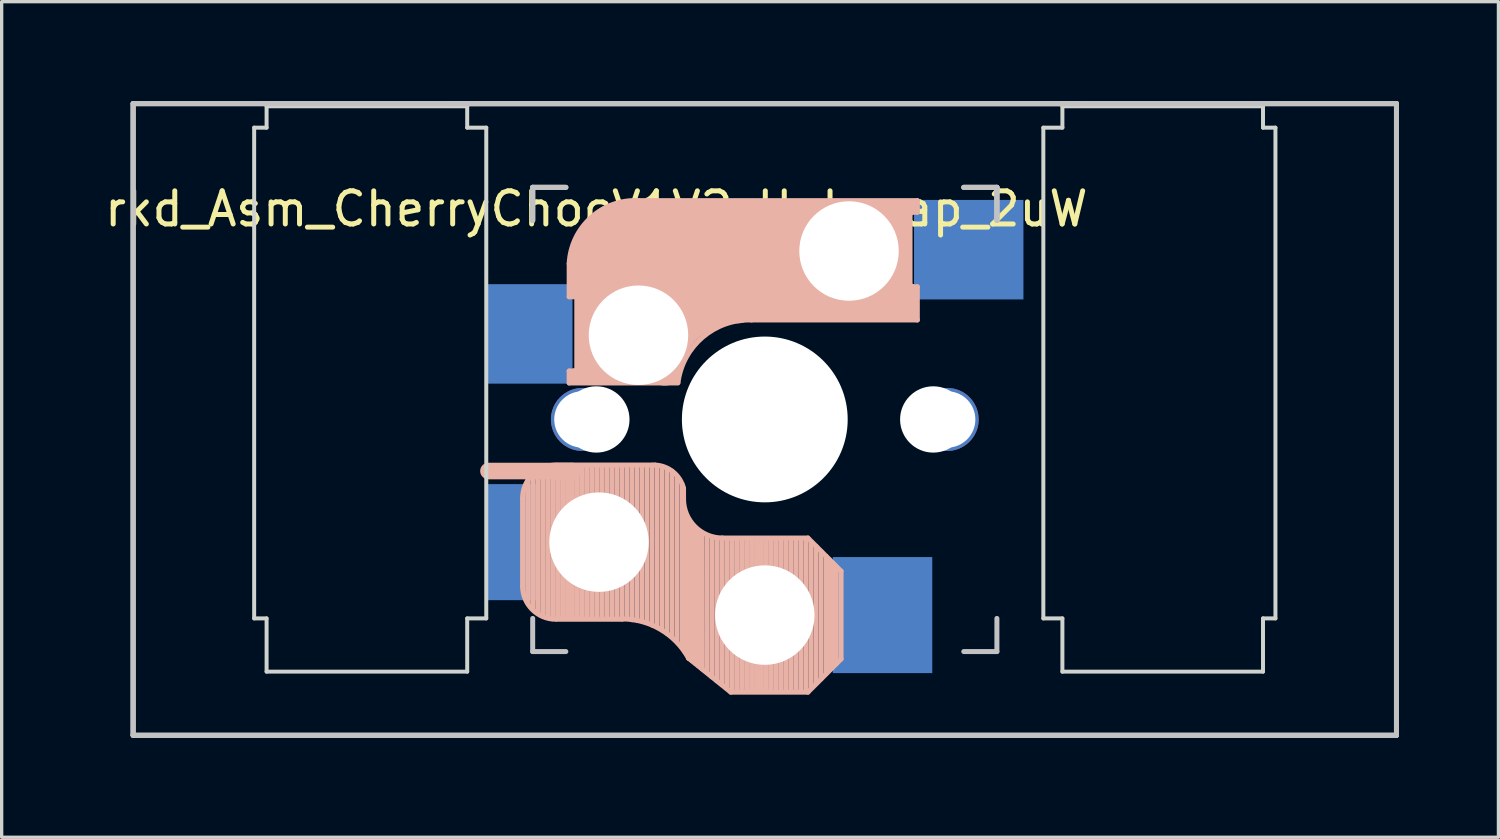
<source format=kicad_pcb>
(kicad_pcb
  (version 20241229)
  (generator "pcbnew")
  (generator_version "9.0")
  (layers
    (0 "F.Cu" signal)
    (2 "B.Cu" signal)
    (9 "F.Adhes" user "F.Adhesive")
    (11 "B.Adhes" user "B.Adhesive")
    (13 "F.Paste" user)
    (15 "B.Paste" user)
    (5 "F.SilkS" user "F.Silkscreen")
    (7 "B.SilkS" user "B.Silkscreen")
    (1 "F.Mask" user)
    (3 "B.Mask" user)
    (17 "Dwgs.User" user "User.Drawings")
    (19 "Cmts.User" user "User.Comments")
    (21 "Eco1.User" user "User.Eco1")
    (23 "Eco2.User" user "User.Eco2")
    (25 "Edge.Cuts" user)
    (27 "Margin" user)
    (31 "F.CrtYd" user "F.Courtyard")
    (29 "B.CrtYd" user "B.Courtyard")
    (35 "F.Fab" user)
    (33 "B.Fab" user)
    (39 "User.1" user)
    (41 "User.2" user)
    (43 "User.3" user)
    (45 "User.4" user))
  (footprint "rkd_Asm_CherryChocV1V2_Hotswap_2uW"
    (layer "F.Cu")
    (at 20.015 9.6)
    (property "Reference" "rkd_Asm_CherryChocV1V2_Hotswap_2uW" (at -5.08 -6.35 180) (layer "F.SilkS") (effects (font (size 1 1) (thickness 0.15))))
    (attr through_hole)
    (fp_line (start -7.305 2.375) (end -7.305 5.025) (stroke (width 0.15) (type solid)) (layer "B.SilkS"))
    (fp_line (start -7.15 5.53) (end -7.15 1.85) (stroke (width 0.15) (type solid)) (layer "B.SilkS"))
    (fp_line (start -7 5.7) (end -7 1.73) (stroke (width 0.15) (type solid)) (layer "B.SilkS"))
    (fp_line (start -6.85 5.84) (end -6.85 1.7) (stroke (width 0.15) (type solid)) (layer "B.SilkS"))
    (fp_line (start -6.7 5.92) (end -6.7 1.8) (stroke (width 0.15) (type solid)) (layer "B.SilkS"))
    (fp_line (start -6.55 5.97) (end -6.55 1.65) (stroke (width 0.15) (type solid)) (layer "B.SilkS"))
    (fp_line (start -6.4 6.01) (end -6.4 1.5) (stroke (width 0.15) (type solid)) (layer "B.SilkS"))
    (fp_line (start -6.25 6) (end -6.25 1.4) (stroke (width 0.15) (type solid)) (layer "B.SilkS"))
    (fp_line (start -6.1 6) (end -6.1 1.4) (stroke (width 0.15) (type solid)) (layer "B.SilkS"))
    (fp_line (start -5.95 6) (end -5.95 1.4) (stroke (width 0.15) (type solid)) (layer "B.SilkS"))
    (fp_line (start -5.9 -4.7) (end -5.9 -3.7) (stroke (width 0.15) (type solid)) (layer "B.SilkS"))
    (fp_line (start -5.9 -3.7) (end -5.7 -3.7) (stroke (width 0.15) (type solid)) (layer "B.SilkS"))
    (fp_line (start -5.9 -1.1) (end -5.9 -1.46) (stroke (width 0.15) (type solid)) (layer "B.SilkS"))
    (fp_line (start -5.9 -1.1) (end -2.62 -1.1) (stroke (width 0.15) (type solid)) (layer "B.SilkS"))
    (fp_line (start -5.8 -3.8) (end -5.8 -4.7) (stroke (width 0.3) (type solid)) (layer "B.SilkS"))
    (fp_line (start -5.8 1.555) (end -8.334 1.555) (stroke (width 0.5) (type default)) (layer "B.SilkS"))
    (fp_line (start -5.8 6) (end -5.8 1.4) (stroke (width 0.15) (type solid)) (layer "B.SilkS"))
    (fp_line (start -5.7 -1.46) (end -5.9 -1.46) (stroke (width 0.15) (type solid)) (layer "B.SilkS"))
    (fp_line (start -5.7 -1.3) (end -3 -1.3) (stroke (width 0.5) (type solid)) (layer "B.SilkS"))
    (fp_line (start -5.67 -3.7) (end -5.67 -1.46) (stroke (width 0.15) (type solid)) (layer "B.SilkS"))
    (fp_line (start -5.65 6) (end -5.65 1.4) (stroke (width 0.15) (type solid)) (layer "B.SilkS"))
    (fp_line (start -5.5 6) (end -5.5 1.4) (stroke (width 0.15) (type solid)) (layer "B.SilkS"))
    (fp_line (start -5.35 6) (end -5.35 1.4) (stroke (width 0.15) (type solid)) (layer "B.SilkS"))
    (fp_line (start -5.3 -1.6) (end -5.3 -3.4) (stroke (width 0.8) (type solid)) (layer "B.SilkS"))
    (fp_line (start -5.2 6) (end -5.2 1.4) (stroke (width 0.15) (type solid)) (layer "B.SilkS"))
    (fp_line (start -5.05 6) (end -5.05 1.4) (stroke (width 0.15) (type solid)) (layer "B.SilkS"))
    (fp_line (start -4.9 6) (end -4.9 1.4) (stroke (width 0.15) (type solid)) (layer "B.SilkS"))
    (fp_line (start -4.75 6) (end -4.75 1.4) (stroke (width 0.15) (type solid)) (layer "B.SilkS"))
    (fp_line (start -4.6 6) (end -4.6 1.4) (stroke (width 0.15) (type solid)) (layer "B.SilkS"))
    (fp_line (start -4.45 6) (end -4.45 1.4) (stroke (width 0.15) (type solid)) (layer "B.SilkS"))
    (fp_line (start -4.3 6) (end -4.3 1.4) (stroke (width 0.15) (type solid)) (layer "B.SilkS"))
    (fp_line (start -4.3 6.025) (end -6.275 6.025) (stroke (width 0.15) (type solid)) (layer "B.SilkS"))
    (fp_line (start -4.17 -5.1) (end -4.17 -2.86) (stroke (width 3) (type solid)) (layer "B.SilkS"))
    (fp_line (start -4.15 6) (end -4.15 1.45) (stroke (width 0.15) (type solid)) (layer "B.SilkS"))
    (fp_line (start -4 6.04) (end -4 1.4) (stroke (width 0.15) (type solid)) (layer "B.SilkS"))
    (fp_line (start -3.85 6.05) (end -3.85 1.4) (stroke (width 0.15) (type solid)) (layer "B.SilkS"))
    (fp_line (start -3.7 6.05) (end -3.7 1.45) (stroke (width 0.15) (type solid)) (layer "B.SilkS"))
    (fp_line (start -3.55 6.1) (end -3.55 1.39) (stroke (width 0.15) (type solid)) (layer "B.SilkS"))
    (fp_line (start -3.4 6.2) (end -3.4 1.38) (stroke (width 0.15) (type solid)) (layer "B.SilkS"))
    (fp_line (start -3.311 1.375) (end -6.275 1.375) (stroke (width 0.15) (type solid)) (layer "B.SilkS"))
    (fp_line (start -3.25 6.25) (end -3.25 1.4) (stroke (width 0.15) (type solid)) (layer "B.SilkS"))
    (fp_line (start -3.1 6.35) (end -3.1 1.43) (stroke (width 0.15) (type solid)) (layer "B.SilkS"))
    (fp_line (start -2.95 6.45) (end -2.95 1.48) (stroke (width 0.15) (type solid)) (layer "B.SilkS"))
    (fp_line (start -2.8 6.55) (end -2.8 1.56) (stroke (width 0.15) (type solid)) (layer "B.SilkS"))
    (fp_line (start -2.65 6.7) (end -2.65 1.75) (stroke (width 0.15) (type solid)) (layer "B.SilkS"))
    (fp_line (start -2.5 6.85) (end -2.5 1.95) (stroke (width 0.15) (type solid)) (layer "B.SilkS"))
    (fp_line (start -2.45 2.4) (end -2.45 2.077) (stroke (width 0.15) (type default)) (layer "B.SilkS"))
    (fp_line (start -2.4 7.02) (end -2.4 2.9) (stroke (width 0.15) (type solid)) (layer "B.SilkS"))
    (fp_line (start -2.3 7.2) (end -2.3 3.05) (stroke (width 0.15) (type solid)) (layer "B.SilkS"))
    (fp_line (start -2.3 7.2) (end -1.025 8.225) (stroke (width 0.15) (type solid)) (layer "B.SilkS"))
    (fp_line (start -2.2 7.27) (end -2.2 3.25) (stroke (width 0.15) (type solid)) (layer "B.SilkS"))
    (fp_line (start -2.1 7.35) (end -2.1 3.35) (stroke (width 0.15) (type solid)) (layer "B.SilkS"))
    (fp_line (start -2 7.43) (end -2 3.4) (stroke (width 0.15) (type solid)) (layer "B.SilkS"))
    (fp_line (start -1.89 7.52) (end -1.9 3.45) (stroke (width 0.15) (type solid)) (layer "B.SilkS"))
    (fp_line (start -1.75 7.62) (end -1.75 3.5) (stroke (width 0.15) (type solid)) (layer "B.SilkS"))
    (fp_line (start -1.6 7.76) (end -1.6 3.6) (stroke (width 0.15) (type solid)) (layer "B.SilkS"))
    (fp_line (start -1.45 7.88) (end -1.45 3.6) (stroke (width 0.15) (type solid)) (layer "B.SilkS"))
    (fp_line (start -1.3 7.99) (end -1.3 3.6) (stroke (width 0.15) (type solid)) (layer "B.SilkS"))
    (fp_line (start -1.15 8.11) (end -1.15 3.65) (stroke (width 0.15) (type solid)) (layer "B.SilkS"))
    (fp_line (start -1 8.2) (end -1 3.6) (stroke (width 0.15) (type solid)) (layer "B.SilkS"))
    (fp_line (start -0.85 8.2) (end -0.85 3.6) (stroke (width 0.15) (type solid)) (layer "B.SilkS"))
    (fp_line (start -0.7 8.2) (end -0.7 3.6) (stroke (width 0.15) (type solid)) (layer "B.SilkS"))
    (fp_line (start -0.55 8.2) (end -0.55 3.6) (stroke (width 0.15) (type solid)) (layer "B.SilkS"))
    (fp_line (start -0.4 -3) (end 4.6 -3) (stroke (width 0.15) (type solid)) (layer "B.SilkS"))
    (fp_line (start -0.4 8.2) (end -0.4 3.6) (stroke (width 0.15) (type solid)) (layer "B.SilkS"))
    (fp_line (start -0.25 8.2) (end -0.25 3.6) (stroke (width 0.15) (type solid)) (layer "B.SilkS"))
    (fp_line (start -0.1 8.2) (end -0.1 3.6) (stroke (width 0.15) (type solid)) (layer "B.SilkS"))
    (fp_line (start 0.05 8.2) (end 0.05 3.6) (stroke (width 0.15) (type solid)) (layer "B.SilkS"))
    (fp_line (start 0.2 8.2) (end 0.2 3.6) (stroke (width 0.15) (type solid)) (layer "B.SilkS"))
    (fp_line (start 0.35 8.2) (end 0.35 3.6) (stroke (width 0.15) (type solid)) (layer "B.SilkS"))
    (fp_line (start 0.5 8.2) (end 0.5 3.6) (stroke (width 0.15) (type solid)) (layer "B.SilkS"))
    (fp_line (start 0.65 8.2) (end 0.65 3.6) (stroke (width 0.15) (type solid)) (layer "B.SilkS"))
    (fp_line (start 0.8 8.2) (end 0.8 3.6) (stroke (width 0.15) (type solid)) (layer "B.SilkS"))
    (fp_line (start 0.95 8.2) (end 0.95 3.6) (stroke (width 0.15) (type solid)) (layer "B.SilkS"))
    (fp_line (start 1.1 8.2) (end 1.1 3.6) (stroke (width 0.15) (type solid)) (layer "B.SilkS"))
    (fp_line (start 1.25 8.2) (end 1.25 3.6) (stroke (width 0.15) (type solid)) (layer "B.SilkS"))
    (fp_line (start 1.3 3.575) (end -1.275 3.575) (stroke (width 0.15) (type solid)) (layer "B.SilkS"))
    (fp_line (start 1.3 8.225) (end -1.025 8.225) (stroke (width 0.15) (type solid)) (layer "B.SilkS"))
    (fp_line (start 1.4 8.09) (end 1.4 3.7) (stroke (width 0.15) (type solid)) (layer "B.SilkS"))
    (fp_line (start 1.55 7.95) (end 1.55 3.83) (stroke (width 0.15) (type solid)) (layer "B.SilkS"))
    (fp_line (start 1.7 7.82) (end 1.7 3.99) (stroke (width 0.15) (type solid)) (layer "B.SilkS"))
    (fp_line (start 1.85 7.66) (end 1.85 4.13) (stroke (width 0.15) (type solid)) (layer "B.SilkS"))
    (fp_line (start 1.95 7.56) (end 1.95 4.23) (stroke (width 0.15) (type solid)) (layer "B.SilkS"))
    (fp_line (start 2.05 7.45) (end 2.05 4.33) (stroke (width 0.15) (type solid)) (layer "B.SilkS"))
    (fp_line (start 2.15 7.37) (end 2.15 4.44) (stroke (width 0.15) (type solid)) (layer "B.SilkS"))
    (fp_line (start 2.3 4.575) (end 1.3 3.575) (stroke (width 0.15) (type solid)) (layer "B.SilkS"))
    (fp_line (start 2.3 4.575) (end 2.3 7.225) (stroke (width 0.15) (type solid)) (layer "B.SilkS"))
    (fp_line (start 2.3 7.225) (end 1.3 8.225) (stroke (width 0.15) (type solid)) (layer "B.SilkS"))
    (fp_line (start 2.6 -4.8) (end -4.1 -4.8) (stroke (width 3.5) (type solid)) (layer "B.SilkS"))
    (fp_line (start 3.9 -6) (end 3.9 -3.5) (stroke (width 1) (type solid)) (layer "B.SilkS"))
    (fp_line (start 4.3 -3.3) (end 2.9 -3.3) (stroke (width 0.5) (type solid)) (layer "B.SilkS"))
    (fp_line (start 4.38 -4) (end 4.38 -6.25) (stroke (width 0.15) (type solid)) (layer "B.SilkS"))
    (fp_line (start 4.4 -6.4) (end 3 -6.4) (stroke (width 0.4) (type solid)) (layer "B.SilkS"))
    (fp_line (start 4.4 -6.25) (end 4.6 -6.25) (stroke (width 0.15) (type solid)) (layer "B.SilkS"))
    (fp_line (start 4.4 -3.9) (end 4.4 -3.2) (stroke (width 0.4) (type solid)) (layer "B.SilkS"))
    (fp_line (start 4.6 -6.6) (end -3.8 -6.6) (stroke (width 0.15) (type solid)) (layer "B.SilkS"))
    (fp_line (start 4.6 -6.25) (end 4.6 -6.6) (stroke (width 0.15) (type solid)) (layer "B.SilkS"))
    (fp_line (start 4.6 -4) (end 4.4 -4) (stroke (width 0.15) (type solid)) (layer "B.SilkS"))
    (fp_line (start 4.6 -3) (end 4.6 -4) (stroke (width 0.15) (type solid)) (layer "B.SilkS"))
    (fp_arc (start -7.305 2.375) (mid -7.012107 1.667893) (end -6.305 1.375) (stroke (width 0.15) (type solid)) (layer "B.SilkS"))
    (fp_arc (start -6.305 6.025) (mid -7.012107 5.732107) (end -7.305 5.025) (stroke (width 0.15) (type solid)) (layer "B.SilkS"))
    (fp_arc (start -5.9 -4.699999) (mid -5.243504 -6.084924) (end -3.800001 -6.6) (stroke (width 0.15) (type solid)) (layer "B.SilkS"))
    (fp_arc (start -4.3 6.017458) (mid -3.138277 6.335211) (end -2.3 7.2) (stroke (width 0.15) (type solid)) (layer "B.SilkS"))
    (fp_arc (start -3.311204 1.375) (mid -2.763915 1.58277) (end -2.45 2.076887) (stroke (width 0.15) (type solid)) (layer "B.SilkS"))
    (fp_arc (start -3.016318 -1.521471) (mid -2.268709 -2.886118) (end -0.8 -3.4) (stroke (width 1) (type solid)) (layer "B.SilkS"))
    (fp_arc (start -2.616318 -1.121471) (mid -1.868709 -2.486118) (end -0.4 -3) (stroke (width 0.15) (type solid)) (layer "B.SilkS"))
    (fp_arc (start -1.275 3.575) (mid -2.10585 3.23085) (end -2.45 2.4) (stroke (width 0.15) (type solid)) (layer "B.SilkS"))
    (fp_line (start -19.05 -9.525) (end 19.05 -9.525) (stroke (width 0.15) (type solid)) (layer "Dwgs.User"))
    (fp_line (start -19.05 -9.525) (end 19.05 -9.525) (stroke (width 0.15) (type solid)) (layer "Dwgs.User"))
    (fp_line (start -19.05 9.525) (end -19.05 -9.525) (stroke (width 0.15) (type solid)) (layer "Dwgs.User"))
    (fp_line (start -19.05 9.525) (end -19.05 -9.525) (stroke (width 0.15) (type solid)) (layer "Dwgs.User"))
    (fp_line (start -9.525 -9.525) (end 9.525 -9.525) (stroke (width 0.15) (type solid)) (layer "Dwgs.User"))
    (fp_line (start -7 -7) (end -6 -7) (stroke (width 0.15) (type solid)) (layer "Dwgs.User"))
    (fp_line (start -7 -7) (end -6 -7) (stroke (width 0.15) (type solid)) (layer "Dwgs.User"))
    (fp_line (start -7 -7) (end -6 -7) (stroke (width 0.15) (type solid)) (layer "Dwgs.User"))
    (fp_line (start -7 -6) (end -7 -7) (stroke (width 0.15) (type solid)) (layer "Dwgs.User"))
    (fp_line (start -7 -6) (end -7 -7) (stroke (width 0.15) (type solid)) (layer "Dwgs.User"))
    (fp_line (start -7 -6) (end -7 -7) (stroke (width 0.15) (type solid)) (layer "Dwgs.User"))
    (fp_line (start -7 7) (end -7 6) (stroke (width 0.15) (type solid)) (layer "Dwgs.User"))
    (fp_line (start -6 7) (end -7 7) (stroke (width 0.15) (type solid)) (layer "Dwgs.User"))
    (fp_line (start 6 7) (end 7 7) (stroke (width 0.15) (type solid)) (layer "Dwgs.User"))
    (fp_line (start 7 -7) (end 6 -7) (stroke (width 0.15) (type solid)) (layer "Dwgs.User"))
    (fp_line (start 7 -7) (end 6 -7) (stroke (width 0.15) (type solid)) (layer "Dwgs.User"))
    (fp_line (start 7 -7) (end 6 -7) (stroke (width 0.15) (type solid)) (layer "Dwgs.User"))
    (fp_line (start 7 -6) (end 7 -7) (stroke (width 0.15) (type solid)) (layer "Dwgs.User"))
    (fp_line (start 7 -6) (end 7 -7) (stroke (width 0.15) (type solid)) (layer "Dwgs.User"))
    (fp_line (start 7 -6) (end 7 -7) (stroke (width 0.15) (type solid)) (layer "Dwgs.User"))
    (fp_line (start 7 7) (end 7 6) (stroke (width 0.15) (type solid)) (layer "Dwgs.User"))
    (fp_line (start 19.05 -9.525) (end 19.05 9.525) (stroke (width 0.15) (type solid)) (layer "Dwgs.User"))
    (fp_line (start 19.05 -9.525) (end 19.05 9.525) (stroke (width 0.15) (type solid)) (layer "Dwgs.User"))
    (fp_line (start 19.05 9.525) (end -19.05 9.525) (stroke (width 0.15) (type solid)) (layer "Dwgs.User"))
    (fp_line (start 19.05 9.525) (end -19.05 9.525) (stroke (width 0.15) (type solid)) (layer "Dwgs.User"))
    (fp_line (start -15.4 -8.8) (end -15.4 6) (stroke (width 0.12) (type solid)) (layer "Edge.Cuts"))
    (fp_line (start -15.4 6) (end -15.025 6) (stroke (width 0.12) (type solid)) (layer "Edge.Cuts"))
    (fp_line (start -15.025 -9.445) (end -8.975 -9.445) (stroke (width 0.12) (type solid)) (layer "Edge.Cuts"))
    (fp_line (start -15.025 -8.8) (end -15.4 -8.8) (stroke (width 0.12) (type solid)) (layer "Edge.Cuts"))
    (fp_line (start -15.025 -8.8) (end -15.025 -9.445) (stroke (width 0.12) (type solid)) (layer "Edge.Cuts"))
    (fp_line (start -15.025 7.605) (end -15.025 6) (stroke (width 0.12) (type solid)) (layer "Edge.Cuts"))
    (fp_line (start -8.975 -8.8) (end -8.975 -9.445) (stroke (width 0.12) (type solid)) (layer "Edge.Cuts"))
    (fp_line (start -8.975 6) (end -8.975 7.605) (stroke (width 0.12) (type solid)) (layer "Edge.Cuts"))
    (fp_line (start -8.975 7.605) (end -15.025 7.605) (stroke (width 0.12) (type solid)) (layer "Edge.Cuts"))
    (fp_line (start -8.4 -8.8) (end -8.975 -8.8) (stroke (width 0.12) (type solid)) (layer "Edge.Cuts"))
    (fp_line (start -8.4 6) (end -8.975 6) (stroke (width 0.12) (type solid)) (layer "Edge.Cuts"))
    (fp_line (start -8.4 6) (end -8.4 -8.8) (stroke (width 0.12) (type solid)) (layer "Edge.Cuts"))
    (fp_line (start 8.4 -8.8) (end 8.975 -8.8) (stroke (width 0.12) (type solid)) (layer "Edge.Cuts"))
    (fp_line (start 8.4 6) (end 8.4 -8.8) (stroke (width 0.12) (type solid)) (layer "Edge.Cuts"))
    (fp_line (start 8.975 -9.445) (end 8.975 -8.8) (stroke (width 0.12) (type solid)) (layer "Edge.Cuts"))
    (fp_line (start 8.975 6) (end 8.4 6) (stroke (width 0.12) (type solid)) (layer "Edge.Cuts"))
    (fp_line (start 8.975 6) (end 8.975 7.605) (stroke (width 0.12) (type solid)) (layer "Edge.Cuts"))
    (fp_line (start 8.975 7.605) (end 15.025 7.605) (stroke (width 0.12) (type solid)) (layer "Edge.Cuts"))
    (fp_line (start 15.025 -9.445) (end 8.975 -9.445) (stroke (width 0.12) (type solid)) (layer "Edge.Cuts"))
    (fp_line (start 15.025 -9.445) (end 15.025 -8.8) (stroke (width 0.12) (type solid)) (layer "Edge.Cuts"))
    (fp_line (start 15.025 -8.8) (end 15.4 -8.8) (stroke (width 0.12) (type solid)) (layer "Edge.Cuts"))
    (fp_line (start 15.025 7.605) (end 15.025 6) (stroke (width 0.12) (type solid)) (layer "Edge.Cuts"))
    (fp_line (start 15.4 -8.8) (end 15.4 6) (stroke (width 0.12) (type solid)) (layer "Edge.Cuts"))
    (fp_line (start 15.4 6) (end 15.025 6) (stroke (width 0.12) (type solid)) (layer "Edge.Cuts"))
    (fp_line (start -19.05 -9.525) (end -19.05 9.525) (stroke (width 0.15) (type solid)) (layer "F.Fab"))
    (fp_line (start -19.05 9.525) (end 19.05 9.525) (stroke (width 0.15) (type solid)) (layer "F.Fab"))
    (fp_line (start 19.05 -9.525) (end -19.05 -9.525) (stroke (width 0.15) (type solid)) (layer "F.Fab"))
    (fp_line (start 19.05 9.525) (end 19.05 -9.525) (stroke (width 0.15) (type solid)) (layer "F.Fab"))
    (pad "" np_thru_hole circle (at -5.5 0) (size 1.9 1.9) (drill 1.7) (layers "*.Cu" "*.Mask"))
    (pad "" np_thru_hole circle (at -5.08 0) (size 2 2) (drill 2) (layers "*.Cu" "*.Mask"))
    (pad "" np_thru_hole circle (at -5 3.7 90) (size 3 3) (drill 3) (layers "*.Cu" "*.Mask"))
    (pad "" np_thru_hole circle (at -3.81 -2.54 180) (size 3 3) (drill 3) (layers "*.Cu" "*.Mask"))
    (pad "" np_thru_hole circle (at 0 0 90) (size 5 5) (drill 5) (layers "*.Cu" "*.Mask"))
    (pad "" np_thru_hole circle (at 0 5.9 90) (size 3 3) (drill 3) (layers "*.Cu" "*.Mask"))
    (pad "" np_thru_hole circle (at 2.54 -5.08 180) (size 3 3) (drill 3) (layers "*.Cu" "*.Mask"))
    (pad "" np_thru_hole circle (at 5.08 0) (size 2 2) (drill 2) (layers "*.Cu" "*.Mask"))
    (pad "" np_thru_hole circle (at 5.5 0) (size 1.9 1.9) (drill 1.7) (layers "*.Cu" "*.Mask"))
    (pad "1" smd rect (at -7.6 3.7 180) (size 1.5 3.5) (layers "B.Cu" "B.Mask" "B.Paste"))
    (pad "1" smd rect (at -6.65 -2.58 180) (size 2.6 3) (drill (offset 0.45 0)) (layers "B.Cu" "B.Mask" "B.Paste"))
    (pad "2" smd rect (at 3.55 5.9 180) (size 3 3.5) (layers "B.Cu" "B.Mask" "B.Paste"))
    (pad "2" smd rect (at 5.7 -5.12 180) (size 3.3 3) (drill (offset -0.45 0)) (layers "B.Cu" "B.Mask" "B.Paste")))
  (gr_rect
    (start -3 -3)
    (end 42.14 22.2)
    (stroke (width 0.1) (type default))
    (fill no)
    (layer "Edge.Cuts")))
</source>
